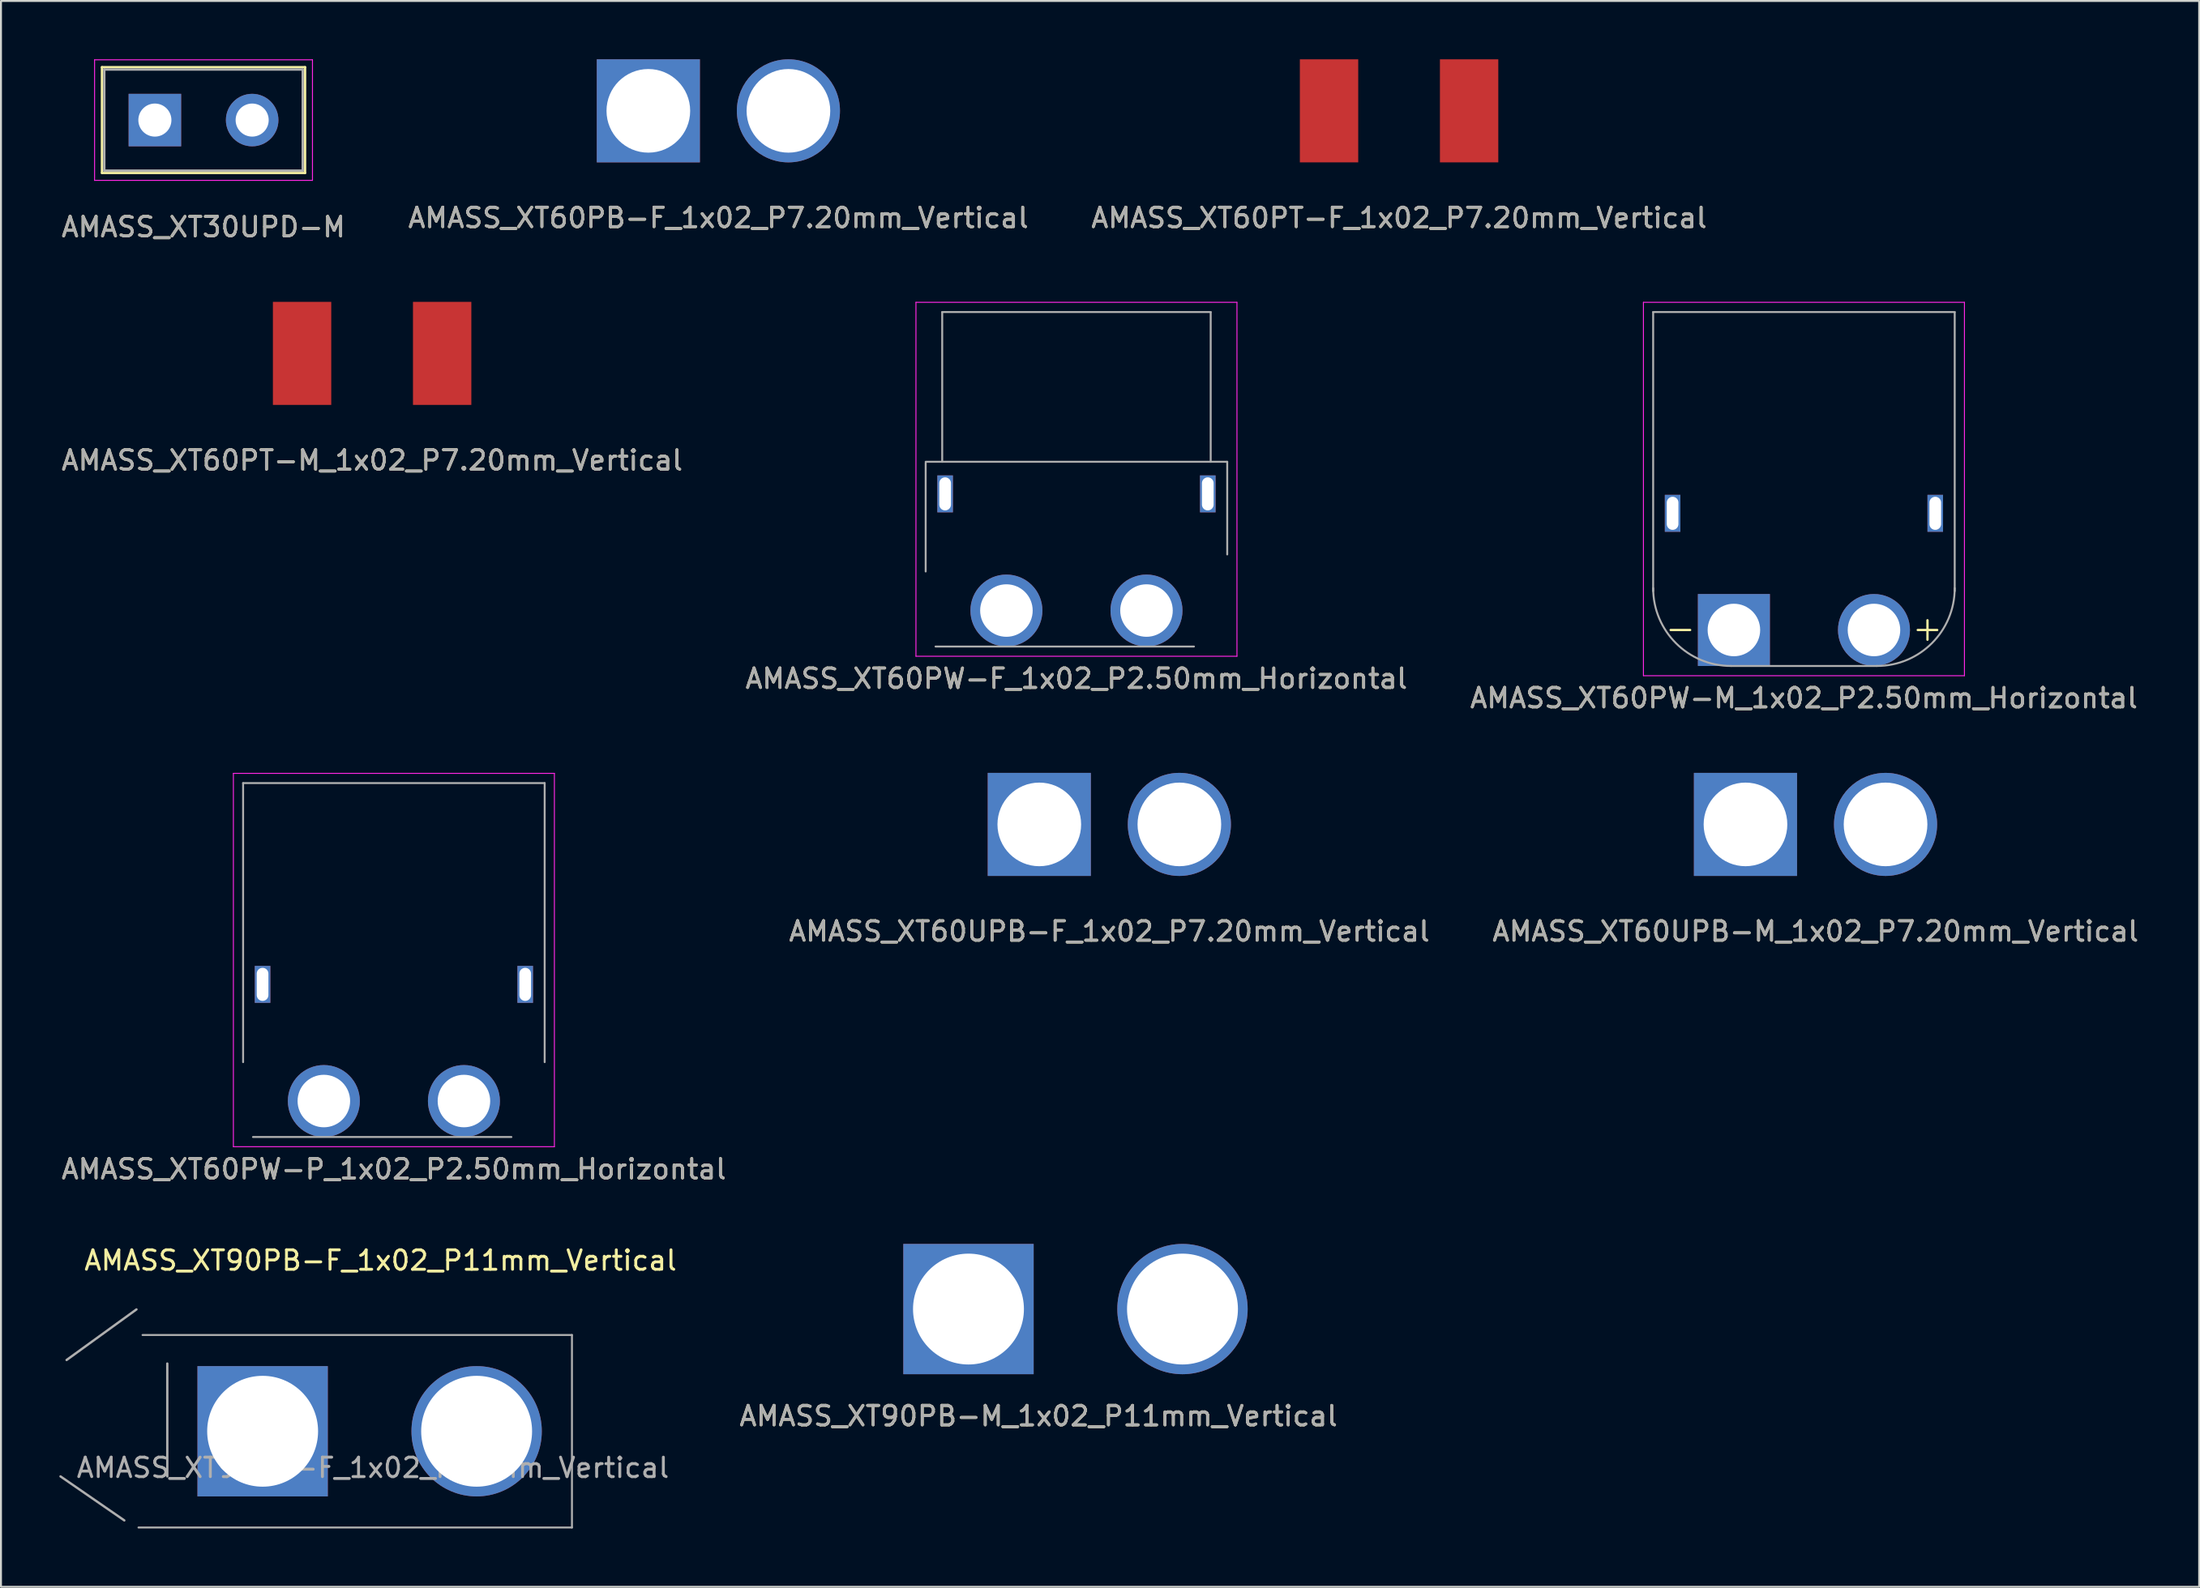
<source format=kicad_pcb>
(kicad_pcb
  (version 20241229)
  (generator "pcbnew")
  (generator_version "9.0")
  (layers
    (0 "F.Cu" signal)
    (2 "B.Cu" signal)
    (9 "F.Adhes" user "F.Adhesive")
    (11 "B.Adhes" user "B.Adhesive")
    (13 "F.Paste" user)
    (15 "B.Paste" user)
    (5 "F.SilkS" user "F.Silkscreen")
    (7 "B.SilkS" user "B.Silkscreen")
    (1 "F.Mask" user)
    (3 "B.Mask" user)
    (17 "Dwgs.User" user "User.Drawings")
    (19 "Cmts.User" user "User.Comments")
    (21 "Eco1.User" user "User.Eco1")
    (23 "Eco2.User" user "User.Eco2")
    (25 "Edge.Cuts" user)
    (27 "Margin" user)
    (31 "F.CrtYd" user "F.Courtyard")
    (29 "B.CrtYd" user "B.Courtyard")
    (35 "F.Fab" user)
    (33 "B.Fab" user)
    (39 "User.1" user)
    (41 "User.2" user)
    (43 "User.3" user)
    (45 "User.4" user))
  (footprint "AMASS_XT60PB-F_1x02_P7.20mm_Vertical"
    (layer "F.Cu")
    (at 30.275 2.65)
    (property "Reference" "AMASS_XT60PB-F_1x02_P7.20mm_Vertical" (at 3.6 5.5 0) (layer "F.SilkS") (effects (font (size 1 1) (thickness 0.15))))
    (attr through_hole)
    (fp_text user "${REFERENCE}" (at 3.6 5.5 0) (layer "F.Fab") (effects (font (size 1 1) (thickness 0.15))))
    (pad "1" thru_hole rect (at 0 0) (size 5.3 5.3) (drill 4.3) (layers "*.Cu" "*.Mask"))
    (pad "2" thru_hole circle (at 7.2 0) (size 5.3 5.3) (drill 4.3) (layers "*.Cu" "*.Mask")))
  (footprint "AMASS_XT60PT-M_1x02_P7.20mm_Vertical"
    (layer "F.Cu")
    (at 16.077 15.123)
    (property "Reference" "AMASS_XT60PT-M_1x02_P7.20mm_Vertical" (at 0 5.5 0) (layer "F.SilkS") (effects (font (size 1 1) (thickness 0.15))))
    (attr through_hole)
    (fp_text user "${REFERENCE}" (at 0 5.5 0) (layer "F.Fab") (effects (font (size 1 1) (thickness 0.15))))
    (pad "1" smd rect (at -3.6 0) (size 3 5.3) (layers "F.Cu" "F.Mask" "F.Paste"))
    (pad "2" smd rect (at 3.6 0) (size 3 5.3) (layers "F.Cu" "F.Mask" "F.Paste")))
  (footprint "AMASS_XT60PW-P_1x02_P2.50mm_Horizontal"
    (layer "F.Cu")
    (at 20.796 53.572)
    (property "Reference" "AMASS_XT60PW-P_1x02_P2.50mm_Horizontal" (at -3.6 3.5 0) (layer "F.SilkS") (effects (font (size 1 1) (thickness 0.15))))
    (attr through_hole)
    (fp_line (start -11.85 -16.85) (end -11.85 2.35) (stroke (width 0.05) (type solid)) (layer "F.CrtYd"))
    (fp_line (start -11.85 -16.85) (end 4.65 -16.85) (stroke (width 0.05) (type solid)) (layer "F.CrtYd"))
    (fp_line (start 4.65 -16.85) (end 4.65 2.35) (stroke (width 0.05) (type solid)) (layer "F.CrtYd"))
    (fp_line (start 4.65 2.35) (end -11.85 2.35) (stroke (width 0.05) (type solid)) (layer "F.CrtYd"))
    (fp_line (start -11.35 -16.35) (end -11.35 -2) (stroke (width 0.1) (type solid)) (layer "F.Fab"))
    (fp_line (start -11.35 -16.35) (end 4.15 -16.35) (stroke (width 0.1) (type solid)) (layer "F.Fab"))
    (fp_line (start -10.842 1.85) (end 2.439 1.85) (stroke (width 0.1) (type solid)) (layer "F.Fab"))
    (fp_line (start 4.15 -16.35) (end 4.15 -2) (stroke (width 0.1) (type solid)) (layer "F.Fab"))
    (fp_text user "${REFERENCE}" (at -3.6 3.5 0) (layer "F.Fab") (effects (font (size 1 1) (thickness 0.15))))
    (pad "1" thru_hole rect (at -10.35 -6) (size 0.8 1.9) (drill oval 0.6 1.7) (layers "*.Cu" "*.Mask"))
    (pad "1" thru_hole circle (at 0 0) (size 3.7 3.7) (drill 2.7) (layers "*.Cu" "*.Mask"))
    (pad "1" thru_hole rect (at 3.15 -6) (size 0.8 1.9) (drill oval 0.6 1.7) (layers "*.Cu" "*.Mask"))
    (pad "2" thru_hole circle (at -7.2 0) (size 3.7 3.7) (drill 2.7) (layers "*.Cu" "*.Mask")))
  (footprint "AMASS_XT60UPB-M_1x02_P7.20mm_Vertical"
    (layer "F.Cu")
    (at 86.668 39.346)
    (property "Reference" "AMASS_XT60UPB-M_1x02_P7.20mm_Vertical" (at 3.6 5.5 0) (layer "F.SilkS") (effects (font (size 1 1) (thickness 0.15))))
    (attr through_hole)
    (fp_text user "${REFERENCE}" (at 3.6 5.5 0) (layer "F.Fab") (effects (font (size 1 1) (thickness 0.15))))
    (pad "1" thru_hole rect (at 0 0) (size 5.3 5.3) (drill 4.3) (layers "*.Cu" "*.Mask"))
    (pad "2" thru_hole circle (at 7.2 0) (size 5.3 5.3) (drill 4.3) (layers "*.Cu" "*.Mask")))
  (footprint "AMASS_XT60UPB-F_1x02_P7.20mm_Vertical"
    (layer "F.Cu")
    (at 50.37 39.346)
    (property "Reference" "AMASS_XT60UPB-F_1x02_P7.20mm_Vertical" (at 3.6 5.5 0) (layer "F.SilkS") (effects (font (size 1 1) (thickness 0.15))))
    (attr through_hole)
    (fp_text user "${REFERENCE}" (at 3.6 5.5 0) (layer "F.Fab") (effects (font (size 1 1) (thickness 0.15))))
    (pad "1" thru_hole rect (at 0 0) (size 5.3 5.3) (drill 4.3) (layers "*.Cu" "*.Mask"))
    (pad "2" thru_hole circle (at 7.2 0) (size 5.3 5.3) (drill 4.3) (layers "*.Cu" "*.Mask")))
  (footprint "AMASS_XT60PW-F_1x02_P2.50mm_Horizontal"
    (layer "F.Cu")
    (at 48.68 28.348)
    (property "Reference" "AMASS_XT60PW-F_1x02_P2.50mm_Horizontal" (at 3.6 3.5 0) (layer "F.SilkS") (effects (font (size 1 1) (thickness 0.15))))
    (attr through_hole)
    (fp_line (start -4.65 -15.85) (end -4.65 2.35) (stroke (width 0.05) (type solid)) (layer "F.CrtYd"))
    (fp_line (start -4.65 -15.85) (end 11.85 -15.85) (stroke (width 0.05) (type solid)) (layer "F.CrtYd"))
    (fp_line (start 11.85 2.35) (end -4.65 2.35) (stroke (width 0.05) (type solid)) (layer "F.CrtYd"))
    (fp_line (start 11.85 2.35) (end 11.85 -15.85) (stroke (width 0.05) (type solid)) (layer "F.CrtYd"))
    (fp_line (start -4.15 -7.65) (end 11.35 -7.65) (stroke (width 0.1) (type solid)) (layer "F.Fab"))
    (fp_line (start -4.15 -7.595) (end -4.15 -2.009) (stroke (width 0.1) (type solid)) (layer "F.Fab"))
    (fp_line (start -3.642 1.85) (end 9.639 1.85) (stroke (width 0.1) (type solid)) (layer "F.Fab"))
    (fp_line (start -3.3 -15.35) (end 10.5 -15.35) (stroke (width 0.1) (type solid)) (layer "F.Fab"))
    (fp_line (start -3.3 -7.65) (end -3.3 -15.35) (stroke (width 0.1) (type solid)) (layer "F.Fab"))
    (fp_line (start 10.5 -7.65) (end 10.5 -15.35) (stroke (width 0.1) (type solid)) (layer "F.Fab"))
    (fp_line (start 11.35 -7.65) (end 11.35 -2.885) (stroke (width 0.1) (type solid)) (layer "F.Fab"))
    (fp_text user "${REFERENCE}" (at 3.6 3.5 0) (layer "F.Fab") (effects (font (size 1 1) (thickness 0.15))))
    (pad "1" thru_hole rect (at -3.15 -6) (size 0.8 1.9) (drill oval 0.6 1.7) (layers "*.Cu" "*.Mask"))
    (pad "1" thru_hole circle (at 0 0) (size 3.7 3.7) (drill 2.7) (layers "*.Cu" "*.Mask"))
    (pad "1" thru_hole rect (at 10.35 -6) (size 0.8 1.9) (drill oval 0.6 1.7) (layers "*.Cu" "*.Mask"))
    (pad "2" thru_hole circle (at 7.2 0) (size 3.7 3.7) (drill 2.7) (layers "*.Cu" "*.Mask")))
  (footprint "AMASS_XT60PT-F_1x02_P7.20mm_Vertical"
    (layer "F.Cu")
    (at 68.863 2.65)
    (property "Reference" "AMASS_XT60PT-F_1x02_P7.20mm_Vertical" (at 0 5.5 0) (layer "F.SilkS") (effects (font (size 1 1) (thickness 0.15))))
    (attr through_hole)
    (fp_text user "${REFERENCE}" (at 0 5.5 0) (layer "F.Fab") (effects (font (size 1 1) (thickness 0.15))))
    (pad "1" smd rect (at -3.6 0) (size 3 5.3) (layers "F.Cu" "F.Mask" "F.Paste"))
    (pad "2" smd rect (at 3.6 0) (size 3 5.3) (layers "F.Cu" "F.Mask" "F.Paste")))
  (footprint "AMASS_XT90PB-M_1x02_P11mm_Vertical"
    (layer "F.Cu")
    (at 46.73 64.27)
    (property "Reference" "AMASS_XT90PB-M_1x02_P11mm_Vertical" (at 3.6 5.5 0) (layer "F.SilkS") (effects (font (size 1 1) (thickness 0.15))))
    (attr through_hole)
    (fp_text user "${REFERENCE}" (at 3.6 5.5 0) (layer "F.Fab") (effects (font (size 1 1) (thickness 0.15))))
    (pad "1" thru_hole rect (at 0 0) (size 6.7 6.7) (drill 5.7) (layers "*.Cu" "*.Mask"))
    (pad "2" thru_hole circle (at 11 0) (size 6.7 6.7) (drill 5.7) (layers "*.Cu" "*.Mask")))
  (footprint "AMASS_XT60PW-M_1x02_P2.50mm_Horizontal"
    (layer "F.Cu")
    (at 86.073 29.348)
    (property "Reference" "AMASS_XT60PW-M_1x02_P2.50mm_Horizontal" (at 3.6 3.5 0) (layer "F.SilkS") (effects (font (size 1 1) (thickness 0.15))))
    (attr through_hole)
    (fp_line (start -3.25 0) (end -2.25 0) (stroke (width 0.12) (type solid)) (layer "F.SilkS"))
    (fp_line (start 9.45 0) (end 10.45 0) (stroke (width 0.12) (type solid)) (layer "F.SilkS"))
    (fp_line (start 9.95 -0.5) (end 9.95 0.5) (stroke (width 0.12) (type solid)) (layer "F.SilkS"))
    (fp_line (start -4.65 -16.85) (end -4.65 2.35) (stroke (width 0.05) (type solid)) (layer "F.CrtYd"))
    (fp_line (start -4.65 -16.85) (end 11.85 -16.85) (stroke (width 0.05) (type solid)) (layer "F.CrtYd"))
    (fp_line (start 11.85 -16.85) (end 11.85 2.35) (stroke (width 0.05) (type solid)) (layer "F.CrtYd"))
    (fp_line (start 11.85 2.35) (end -4.65 2.35) (stroke (width 0.05) (type solid)) (layer "F.CrtYd"))
    (fp_line (start -4.15 -16.35) (end -4.15 -2) (stroke (width 0.1) (type solid)) (layer "F.Fab"))
    (fp_line (start -4.15 -16.35) (end 11.35 -16.35) (stroke (width 0.1) (type solid)) (layer "F.Fab"))
    (fp_line (start -0.15 1.85) (end 7.35 1.85) (stroke (width 0.1) (type solid)) (layer "F.Fab"))
    (fp_line (start 11.35 -16.35) (end 11.35 -2) (stroke (width 0.1) (type solid)) (layer "F.Fab"))
    (fp_arc (start -0.15 1.85) (mid -2.978427 0.678427) (end -4.15 -2.15) (stroke (width 0.1) (type solid)) (layer "F.Fab"))
    (fp_arc (start 11.35 -2.15) (mid 10.178427 0.678427) (end 7.35 1.85) (stroke (width 0.1) (type solid)) (layer "F.Fab"))
    (fp_text user "${REFERENCE}" (at 3.6 3.5 0) (layer "F.Fab") (effects (font (size 1 1) (thickness 0.15))))
    (pad "1" thru_hole rect (at -3.15 -6) (size 0.8 1.9) (drill oval 0.6 1.7) (layers "*.Cu" "*.Mask"))
    (pad "1" thru_hole rect (at 0 0) (size 3.7 3.7) (drill 2.7) (layers "*.Cu" "*.Mask"))
    (pad "1" thru_hole rect (at 10.35 -6) (size 0.8 1.9) (drill oval 0.6 1.7) (layers "*.Cu" "*.Mask"))
    (pad "2" thru_hole circle (at 7.2 0) (size 3.7 3.7) (drill 2.7) (layers "*.Cu" "*.Mask")))
  (footprint "AMASS_XT30UPD-M"
    (layer "F.Cu")
    (at 4.911 3.125)
    (property "Reference" "AMASS_XT30UPD-M" (at 2.5 5.5 0) (layer "F.SilkS") (effects (font (size 1 1) (thickness 0.15))))
    (attr through_hole)
    (fp_line (start -2.72 -2.72) (end -2.72 2.72) (stroke (width 0.12) (type solid)) (layer "F.SilkS"))
    (fp_line (start -2.72 -2.72) (end 7.72 -2.72) (stroke (width 0.12) (type solid)) (layer "F.SilkS"))
    (fp_line (start -2.72 2.72) (end 7.72 2.72) (stroke (width 0.12) (type solid)) (layer "F.SilkS"))
    (fp_line (start 7.72 -2.72) (end 7.72 2.72) (stroke (width 0.12) (type solid)) (layer "F.SilkS"))
    (fp_line (start -3.1 -3.1) (end -3.1 3.1) (stroke (width 0.05) (type solid)) (layer "F.CrtYd"))
    (fp_line (start -3.1 -3.1) (end 8.1 -3.1) (stroke (width 0.05) (type solid)) (layer "F.CrtYd"))
    (fp_line (start -3.1 3.1) (end 8.1 3.1) (stroke (width 0.05) (type solid)) (layer "F.CrtYd"))
    (fp_line (start 8.1 -3.1) (end 8.1 3.1) (stroke (width 0.05) (type solid)) (layer "F.CrtYd"))
    (fp_line (start -2.6 -2.6) (end -2.6 2.6) (stroke (width 0.12) (type solid)) (layer "F.Fab"))
    (fp_line (start -2.6 -2.6) (end 7.6 -2.6) (stroke (width 0.12) (type solid)) (layer "F.Fab"))
    (fp_line (start -2.6 2.6) (end 7.6 2.6) (stroke (width 0.12) (type solid)) (layer "F.Fab"))
    (fp_line (start 7.6 -2.6) (end 7.6 2.6) (stroke (width 0.12) (type solid)) (layer "F.Fab"))
    (fp_text user "${REFERENCE}" (at 2.5 5.5 0) (layer "F.Fab") (effects (font (size 1 1) (thickness 0.15))))
    (pad "1" thru_hole rect (at 0 0) (size 2.7 2.7) (drill 1.7) (layers "*.Cu" "*.Mask"))
    (pad "2" thru_hole circle (at 5 0) (size 2.7 2.7) (drill 1.7) (layers "*.Cu" "*.Mask")))
  (footprint "AMASS_XT90PB-F_1x02_P11mm_Vertical"
    (layer "F.Cu")
    (at 10.449 70.554)
    (property "Reference" "AMASS_XT90PB-F_1x02_P11mm_Vertical" (at 6.06 -8.786 0) (layer "F.SilkS") (effects (font (size 1 1) (thickness 0.15))))
    (attr through_hole)
    (fp_line (start -10.389 2.322) (end -7.109 4.585) (stroke (width 0.12) (type solid)) (layer "F.Fab"))
    (fp_line (start -10.076 -3.665) (end -6.485 -6.266) (stroke (width 0.12) (type solid)) (layer "F.Fab"))
    (fp_line (start -6.38 4.95) (end 15.9 4.95) (stroke (width 0.1) (type solid)) (layer "F.Fab"))
    (fp_line (start -6.172 -4.95) (end 15.9 -4.95) (stroke (width 0.1) (type solid)) (layer "F.Fab"))
    (fp_line (start -4.9 -3.482) (end -4.9 2.322) (stroke (width 0.12) (type solid)) (layer "F.Fab"))
    (fp_line (start 15.9 -4.95) (end 15.9 4.95) (stroke (width 0.1) (type solid)) (layer "F.Fab"))
    (fp_text user "${REFERENCE}" (at 5.669 1.877 0) (layer "F.Fab") (effects (font (size 1 1) (thickness 0.15))))
    (pad "1" thru_hole rect (at 0 0) (size 6.7 6.7) (drill 5.7) (layers "*.Cu" "*.Mask"))
    (pad "2" thru_hole circle (at 11 0) (size 6.7 6.7) (drill 5.7) (layers "*.Cu" "*.Mask")))
  (gr_rect
    (start -3 -3)
    (end 109.988 78.554)
    (stroke (width 0.1) (type default))
    (fill no)
    (layer "Edge.Cuts")))
</source>
